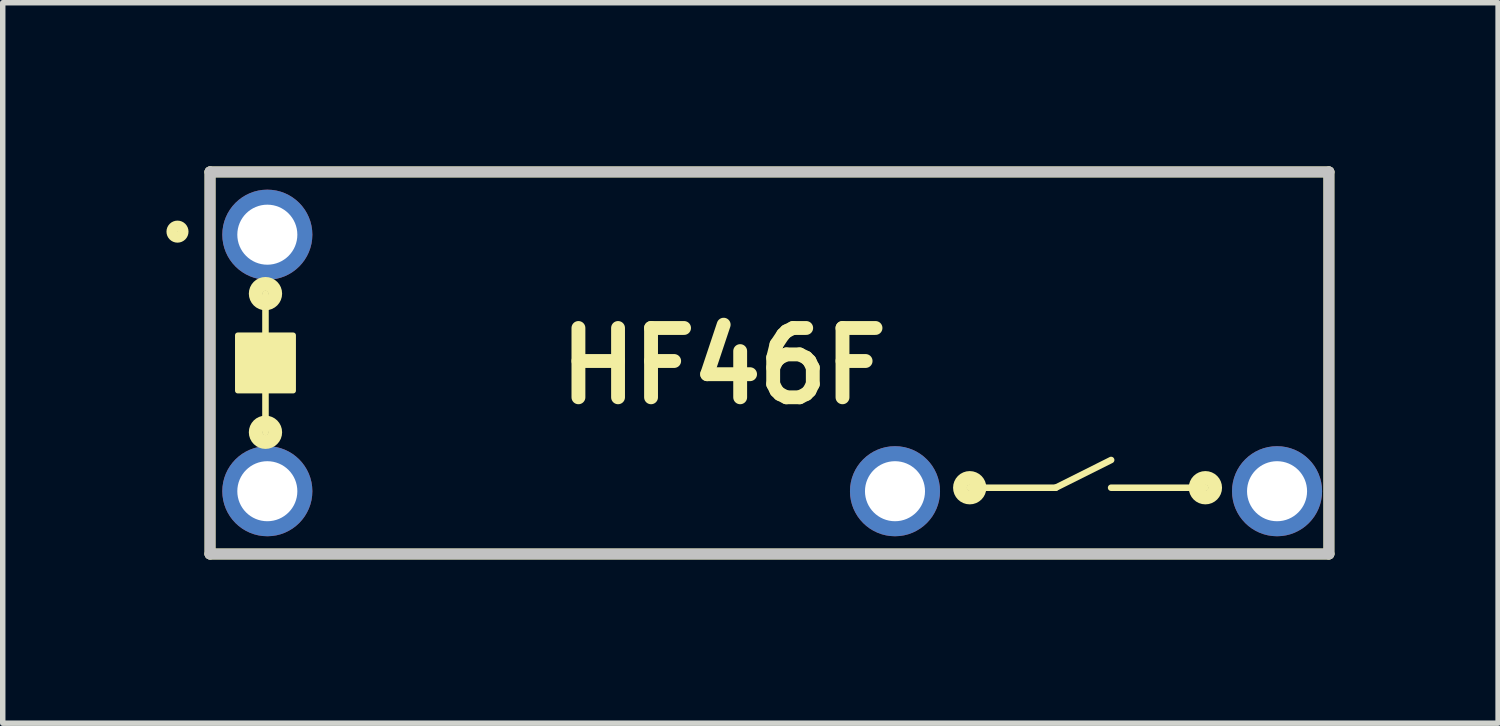
<source format=kicad_pcb>
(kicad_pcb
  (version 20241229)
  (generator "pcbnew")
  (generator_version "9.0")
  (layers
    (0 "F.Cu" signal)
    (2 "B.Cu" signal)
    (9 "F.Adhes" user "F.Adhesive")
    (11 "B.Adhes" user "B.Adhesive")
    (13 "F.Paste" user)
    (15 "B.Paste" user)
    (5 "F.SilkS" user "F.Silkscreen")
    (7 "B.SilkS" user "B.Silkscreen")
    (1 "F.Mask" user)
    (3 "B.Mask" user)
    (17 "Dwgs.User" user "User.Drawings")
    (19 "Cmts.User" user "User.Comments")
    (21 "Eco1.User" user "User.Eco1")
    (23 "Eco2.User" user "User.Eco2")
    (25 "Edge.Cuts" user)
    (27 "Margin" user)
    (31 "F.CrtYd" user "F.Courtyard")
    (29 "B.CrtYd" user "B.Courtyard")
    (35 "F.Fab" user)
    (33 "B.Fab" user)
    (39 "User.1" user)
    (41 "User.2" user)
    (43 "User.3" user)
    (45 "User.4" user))
  (footprint "HF46F"
    (layer "F.Cu")
    (at 0.798 3.6)
    (property "Reference" "HF46F" (at 9.411 0.055 0) (layer "F.SilkS") (effects (font (size 1.27 1.27) (thickness 0.254))))
    (attr through_hole)
    (fp_line (start 0 -3.5) (end 20.5 -3.5) (stroke (width 0.2) (type solid)) (layer "F.SilkS"))
    (fp_line (start 0 3.5) (end 0 -3.5) (stroke (width 0.2) (type solid)) (layer "F.SilkS"))
    (fp_line (start 1.016 -1.27) (end 1.016 1.27) (stroke (width 0.12) (type solid)) (layer "F.SilkS"))
    (fp_line (start 15.494 2.286) (end 13.919 2.286) (stroke (width 0.12) (type solid)) (layer "F.SilkS"))
    (fp_line (start 15.494 2.286) (end 16.51 1.778) (stroke (width 0.12) (type solid)) (layer "F.SilkS"))
    (fp_line (start 18.237 2.286) (end 16.51 2.286) (stroke (width 0.12) (type solid)) (layer "F.SilkS"))
    (fp_line (start 20.5 -3.5) (end 20.5 3.5) (stroke (width 0.2) (type solid)) (layer "F.SilkS"))
    (fp_line (start 20.5 3.5) (end 0 3.5) (stroke (width 0.2) (type solid)) (layer "F.SilkS"))
    (fp_circle (center -0.596 -2.406) (end -0.596 -2.304) (stroke (width 0.2) (type solid)) (fill no) (layer "F.SilkS"))
    (fp_circle (center 1.016 -1.27) (end 1.067 -1.27) (stroke (width 0.254) (type solid)) (fill no) (layer "F.SilkS"))
    (fp_circle (center 1.016 1.27) (end 1.067 1.27) (stroke (width 0.254) (type solid)) (fill no) (layer "F.SilkS"))
    (fp_circle (center 13.919 2.286) (end 13.97 2.286) (stroke (width 0.254) (type solid)) (fill no) (layer "F.SilkS"))
    (fp_circle (center 18.237 2.286) (end 18.288 2.286) (stroke (width 0.254) (type solid)) (fill no) (layer "F.SilkS"))
    (fp_poly (pts (xy 0.508 -0.508) (xy 0.508 0.508) (xy 1.524 0.508) (xy 1.524 -0.508)) (stroke (width 0.1) (type solid)) (fill yes) (layer "F.SilkS"))
    (fp_line (start 0 -3.5) (end 20.5 -3.5) (stroke (width 0.2) (type solid)) (layer "Dwgs.User"))
    (fp_line (start 0 3.5) (end 0 -3.5) (stroke (width 0.2) (type solid)) (layer "Dwgs.User"))
    (fp_line (start 20.5 -3.5) (end 20.5 3.5) (stroke (width 0.2) (type solid)) (layer "Dwgs.User"))
    (fp_line (start 20.5 3.5) (end 0 3.5) (stroke (width 0.2) (type solid)) (layer "Dwgs.User"))
    (pad "1" thru_hole circle (at 1.05 -2.35) (size 1.65 1.65) (drill 1.1) (layers "*.Cu" "*.Mask"))
    (pad "2" thru_hole circle (at 1.05 2.35) (size 1.65 1.65) (drill 1.1) (layers "*.Cu" "*.Mask"))
    (pad "3" thru_hole circle (at 12.55 2.35) (size 1.65 1.65) (drill 1.1) (layers "*.Cu" "*.Mask"))
    (pad "4" thru_hole circle (at 19.55 2.35) (size 1.65 1.65) (drill 1.1) (layers "*.Cu" "*.Mask")))
  (gr_rect
    (start -3 -3)
    (end 24.398 10.2)
    (stroke (width 0.1) (type default))
    (fill no)
    (layer "Edge.Cuts")))
</source>
